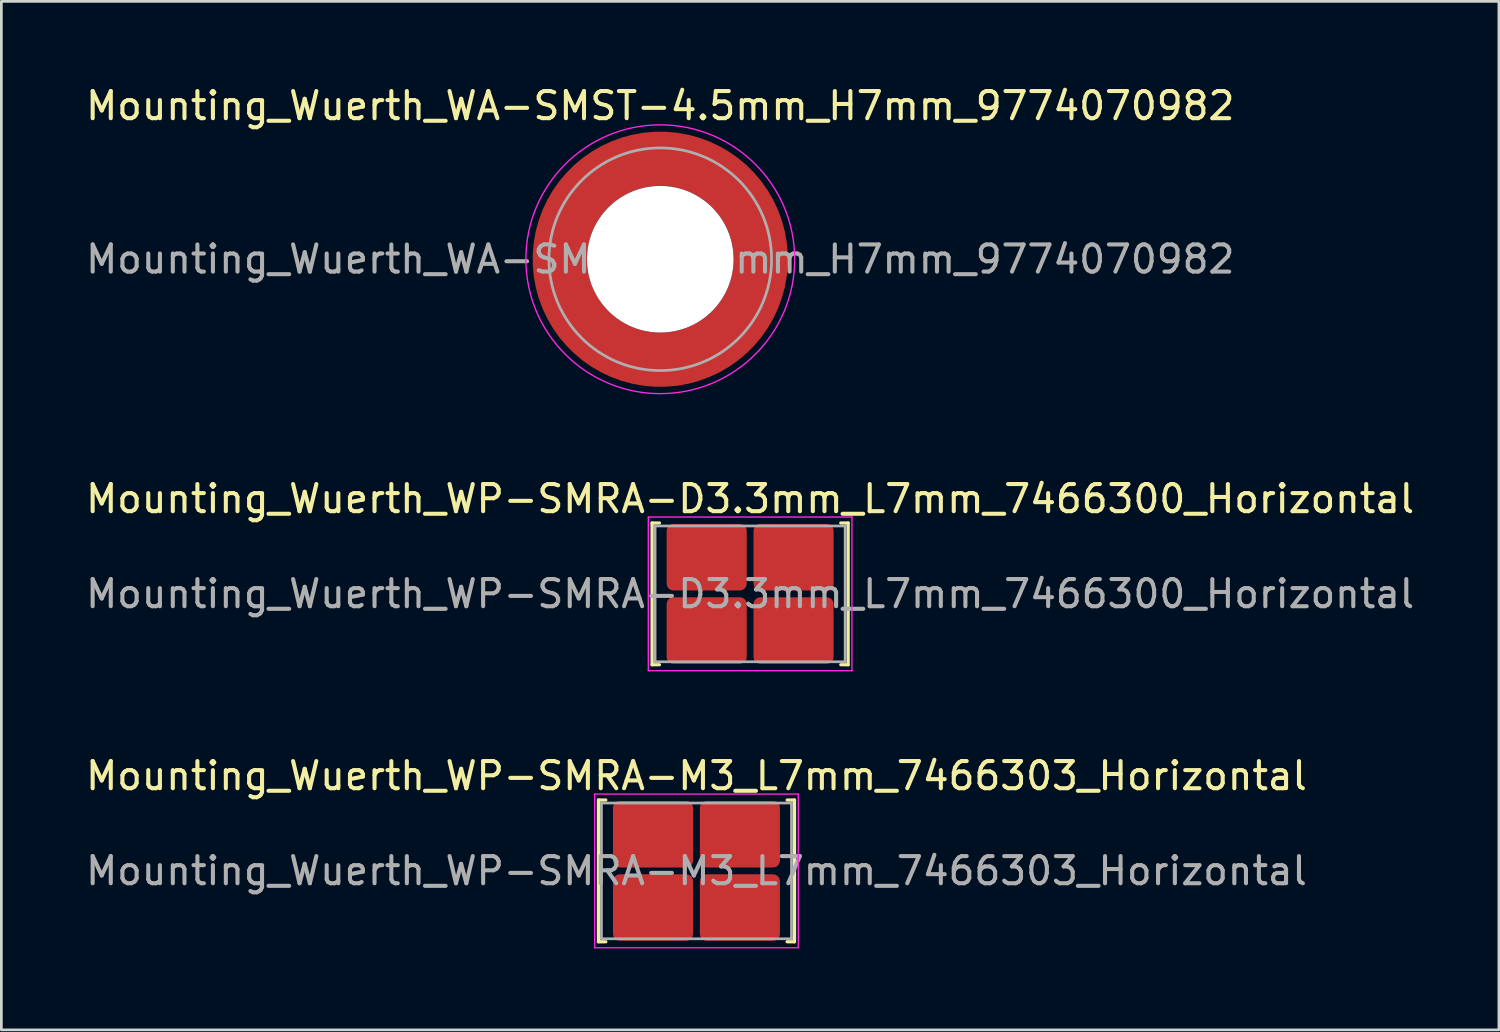
<source format=kicad_pcb>
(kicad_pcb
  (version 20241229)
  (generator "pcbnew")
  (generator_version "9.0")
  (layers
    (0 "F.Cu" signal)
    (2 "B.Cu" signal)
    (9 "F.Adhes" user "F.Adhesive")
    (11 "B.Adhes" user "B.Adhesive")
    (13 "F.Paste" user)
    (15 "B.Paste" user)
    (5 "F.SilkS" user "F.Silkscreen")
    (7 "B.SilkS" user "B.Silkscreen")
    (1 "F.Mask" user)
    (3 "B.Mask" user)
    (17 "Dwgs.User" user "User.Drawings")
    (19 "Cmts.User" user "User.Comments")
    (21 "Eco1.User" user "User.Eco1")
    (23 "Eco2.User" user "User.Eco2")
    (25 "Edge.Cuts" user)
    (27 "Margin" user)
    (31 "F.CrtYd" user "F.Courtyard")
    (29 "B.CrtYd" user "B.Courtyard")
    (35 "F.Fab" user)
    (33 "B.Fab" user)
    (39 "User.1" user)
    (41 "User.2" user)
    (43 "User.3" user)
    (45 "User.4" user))
  (footprint "Mounting_Wuerth_WP-SMRA-M3_L7mm_7466303_Horizontal"
    (layer "F.Cu")
    (at 22.601 29.025)
    (property "Reference" "Mounting_Wuerth_WP-SMRA-M3_L7mm_7466303_Horizontal" (at 0 -3.5 0) (layer "F.SilkS") (effects (font (size 1 1) (thickness 0.15))))
    (attr smd)
    (fp_line (start -3.61 -2.61) (end -3.61 2.61) (stroke (width 0.12) (type solid)) (layer "F.SilkS"))
    (fp_line (start -3.61 2.61) (end -3.34 2.61) (stroke (width 0.12) (type solid)) (layer "F.SilkS"))
    (fp_line (start -3.34 -2.61) (end -3.61 -2.61) (stroke (width 0.12) (type solid)) (layer "F.SilkS"))
    (fp_line (start 3.34 2.61) (end 3.61 2.61) (stroke (width 0.12) (type solid)) (layer "F.SilkS"))
    (fp_line (start 3.61 -2.61) (end 3.34 -2.61) (stroke (width 0.12) (type solid)) (layer "F.SilkS"))
    (fp_line (start 3.61 2.61) (end 3.61 -2.61) (stroke (width 0.12) (type solid)) (layer "F.SilkS"))
    (fp_line (start -3.75 -2.83) (end -3.75 2.83) (stroke (width 0.05) (type solid)) (layer "F.CrtYd"))
    (fp_line (start 3.75 -2.83) (end -3.75 -2.83) (stroke (width 0.05) (type solid)) (layer "F.CrtYd"))
    (fp_line (start 3.75 -2.83) (end 3.75 2.83) (stroke (width 0.05) (type solid)) (layer "F.CrtYd"))
    (fp_line (start 3.75 2.83) (end -3.75 2.83) (stroke (width 0.05) (type solid)) (layer "F.CrtYd"))
    (fp_line (start -3.5 -2.5) (end -3.5 2.5) (stroke (width 0.1) (type solid)) (layer "F.Fab"))
    (fp_line (start -3.5 2.5) (end 3.5 2.5) (stroke (width 0.1) (type solid)) (layer "F.Fab"))
    (fp_line (start 3.5 -2.5) (end -3.5 -2.5) (stroke (width 0.1) (type solid)) (layer "F.Fab"))
    (fp_line (start 3.5 2.5) (end 3.5 -2.5) (stroke (width 0.1) (type solid)) (layer "F.Fab"))
    (fp_text user "${REFERENCE}" (at 0 0 0) (layer "F.Fab") (effects (font (size 1 1) (thickness 0.15))))
    (pad "1" smd roundrect (at -1.6 -1.35) (size 2.95 2.45) (layers "F.Cu" "F.Mask" "F.Paste") (roundrect_rratio 0.102))
    (pad "1" smd roundrect (at -1.6 1.35) (size 2.95 2.45) (layers "F.Cu" "F.Mask" "F.Paste") (roundrect_rratio 0.102))
    (pad "1" smd roundrect (at 1.6 -1.35) (size 2.95 2.45) (layers "F.Cu" "F.Mask" "F.Paste") (roundrect_rratio 0.102))
    (pad "1" smd roundrect (at 1.6 1.35) (size 2.95 2.45) (layers "F.Cu" "F.Mask" "F.Paste") (roundrect_rratio 0.102)))
  (footprint "Mounting_Wuerth_WA-SMST-4.5mm_H7mm_9774070982"
    (layer "F.Cu")
    (at 21.268 6.498)
    (property "Reference" "Mounting_Wuerth_WA-SMST-4.5mm_H7mm_9774070982" (at 0 -5.65 0) (layer "F.SilkS") (effects (font (size 1 1) (thickness 0.15))))
    (attr smd allow_soldermask_bridges)
    (fp_circle (center 0 0) (end 4.95 0) (stroke (width 0.05) (type solid)) (fill no) (layer "F.CrtYd"))
    (fp_circle (center 0 0) (end 4.1 0) (stroke (width 0.1) (type solid)) (fill no) (layer "F.Fab"))
    (fp_text user "${REFERENCE}" (at 0 0 0) (layer "F.Fab") (effects (font (size 1 1) (thickness 0.15))))
    (pad "" smd custom (at -2.607 -2.607) (size 0.948 0.948) (layers "F.Paste") (options (anchor circle)) (primitives (gr_arc (start -0.188183 2.107456) (mid 0.599273 0.599273) (end 2.107456 -0.188183) (width 0.2)) (gr_arc (start -0.289416 2.107456) (mid 0.52877 0.52877) (end 2.107456 -0.289416) (width 0.2)) (gr_arc (start -0.390547 2.107456) (mid 0.458268 0.458268) (end 2.107456 -0.390547) (width 0.2)) (gr_arc (start -0.491585 2.107456) (mid 0.387765 0.387765) (end 2.107456 -0.491585) (width 0.2)) (gr_arc (start -0.59254 2.107456) (mid 0.317262 0.317262) (end 2.107456 -0.59254) (width 0.2)) (gr_arc (start -0.693419 2.107456) (mid 0.246759 0.246759) (end 2.107456 -0.693419) (width 0.2)) (gr_arc (start -0.794229 2.107456) (mid 0.176257 0.176257) (end 2.107456 -0.794229) (width 0.2)) (gr_arc (start -0.894975 2.107456) (mid 0.105754 0.105754) (end 2.107456 -0.894975) (width 0.2)) (gr_arc (start -0.995664 2.107456) (mid 0.035251 0.035251) (end 2.107456 -0.995664) (width 0.2)) (gr_arc (start -1.0963 2.107456) (mid -0.035251 -0.035251) (end 2.107456 -1.0963) (width 0.2)) (gr_arc (start -1.196886 2.107456) (mid -0.105754 -0.105754) (end 2.107456 -1.196886) (width 0.2)) (gr_arc (start -1.297427 2.107456) (mid -0.176257 -0.176257) (end 2.107456 -1.297427) (width 0.2)) (gr_arc (start -1.397927 2.107456) (mid -0.246759 -0.246759) (end 2.107456 -1.397927) (width 0.2)) (gr_arc (start -1.498388 2.107456) (mid -0.317262 -0.317262) (end 2.107456 -1.498388) (width 0.2)) (gr_arc (start -1.598813 2.107456) (mid -0.387765 -0.387765) (end 2.107456 -1.598813) (width 0.2)) (gr_arc (start -1.699204 2.107456) (mid -0.458268 -0.458268) (end 2.107456 -1.699204) (width 0.2)) (gr_arc (start -1.799565 2.107456) (mid -0.52877 -0.52877) (end 2.107456 -1.799565) (width 0.2)) (gr_arc (start -1.899896 2.107456) (mid -0.599273 -0.599273) (end 2.107456 -1.899896) (width 0.2)) (gr_arc (start -1.899896 2.107456) (mid -0.599273 -0.599273) (end 2.107456 -1.899896) (width 0.2)) (gr_line (start 2.107 -0.188) (end 2.107 -1.9) (width 0.2)) (gr_line (start -0.188 2.107) (end -1.9 2.107) (width 0.2))))
    (pad "" smd custom (at -2.607 2.607) (size 0.948 0.948) (layers "F.Paste") (options (anchor circle)) (primitives (gr_arc (start 2.107456 0.188183) (mid 0.599273 -0.599273) (end -0.188183 -2.107456) (width 0.2)) (gr_arc (start 2.107456 0.289416) (mid 0.52877 -0.52877) (end -0.289416 -2.107456) (width 0.2)) (gr_arc (start 2.107456 0.390547) (mid 0.458268 -0.458268) (end -0.390547 -2.107456) (width 0.2)) (gr_arc (start 2.107456 0.491585) (mid 0.387765 -0.387765) (end -0.491585 -2.107456) (width 0.2)) (gr_arc (start 2.107456 0.59254) (mid 0.317262 -0.317262) (end -0.59254 -2.107456) (width 0.2)) (gr_arc (start 2.107456 0.693419) (mid 0.246759 -0.246759) (end -0.693419 -2.107456) (width 0.2)) (gr_arc (start 2.107456 0.794229) (mid 0.176257 -0.176257) (end -0.794229 -2.107456) (width 0.2)) (gr_arc (start 2.107456 0.894975) (mid 0.105754 -0.105754) (end -0.894975 -2.107456) (width 0.2)) (gr_arc (start 2.107456 0.995664) (mid 0.035251 -0.035251) (end -0.995664 -2.107456) (width 0.2)) (gr_arc (start 2.107456 1.0963) (mid -0.035251 0.035251) (end -1.0963 -2.107456) (width 0.2)) (gr_arc (start 2.107456 1.196886) (mid -0.105754 0.105754) (end -1.196886 -2.107456) (width 0.2)) (gr_arc (start 2.107456 1.297427) (mid -0.176257 0.176257) (end -1.297427 -2.107456) (width 0.2)) (gr_arc (start 2.107456 1.397927) (mid -0.246759 0.246759) (end -1.397927 -2.107456) (width 0.2)) (gr_arc (start 2.107456 1.498388) (mid -0.317262 0.317262) (end -1.498388 -2.107456) (width 0.2)) (gr_arc (start 2.107456 1.598813) (mid -0.387765 0.387765) (end -1.598813 -2.107456) (width 0.2)) (gr_arc (start 2.107456 1.699204) (mid -0.458268 0.458268) (end -1.699204 -2.107456) (width 0.2)) (gr_arc (start 2.107456 1.799565) (mid -0.52877 0.52877) (end -1.799565 -2.107456) (width 0.2)) (gr_arc (start 2.107456 1.899896) (mid -0.599273 0.599273) (end -1.899896 -2.107456) (width 0.2)) (gr_arc (start 2.107456 1.899896) (mid -0.599273 0.599273) (end -1.899896 -2.107456) (width 0.2)) (gr_line (start -0.188 -2.107) (end -1.9 -2.107) (width 0.2)) (gr_line (start 2.107 0.188) (end 2.107 1.9) (width 0.2))))
    (pad "" np_thru_hole circle (at 0 0) (size 5.4 5.4) (drill 5.4) (layers "*.Cu" "*.Mask"))
    (pad "" smd custom (at 2.607 -2.607) (size 0.948 0.948) (layers "F.Paste") (options (anchor circle)) (primitives (gr_arc (start -2.107456 -0.188183) (mid -0.599273 0.599273) (end 0.188183 2.107456) (width 0.2)) (gr_arc (start -2.107456 -0.289416) (mid -0.52877 0.52877) (end 0.289416 2.107456) (width 0.2)) (gr_arc (start -2.107456 -0.390547) (mid -0.458268 0.458268) (end 0.390547 2.107456) (width 0.2)) (gr_arc (start -2.107456 -0.491585) (mid -0.387765 0.387765) (end 0.491585 2.107456) (width 0.2)) (gr_arc (start -2.107456 -0.59254) (mid -0.317262 0.317262) (end 0.59254 2.107456) (width 0.2)) (gr_arc (start -2.107456 -0.693419) (mid -0.246759 0.246759) (end 0.693419 2.107456) (width 0.2)) (gr_arc (start -2.107456 -0.794229) (mid -0.176257 0.176257) (end 0.794229 2.107456) (width 0.2)) (gr_arc (start -2.107456 -0.894975) (mid -0.105754 0.105754) (end 0.894975 2.107456) (width 0.2)) (gr_arc (start -2.107456 -0.995664) (mid -0.035251 0.035251) (end 0.995664 2.107456) (width 0.2)) (gr_arc (start -2.107456 -1.0963) (mid 0.035251 -0.035251) (end 1.0963 2.107456) (width 0.2)) (gr_arc (start -2.107456 -1.196886) (mid 0.105754 -0.105754) (end 1.196886 2.107456) (width 0.2)) (gr_arc (start -2.107456 -1.297427) (mid 0.176257 -0.176257) (end 1.297427 2.107456) (width 0.2)) (gr_arc (start -2.107456 -1.397927) (mid 0.246759 -0.246759) (end 1.397927 2.107456) (width 0.2)) (gr_arc (start -2.107456 -1.498388) (mid 0.317262 -0.317262) (end 1.498388 2.107456) (width 0.2)) (gr_arc (start -2.107456 -1.598813) (mid 0.387765 -0.387765) (end 1.598813 2.107456) (width 0.2)) (gr_arc (start -2.107456 -1.699204) (mid 0.458268 -0.458268) (end 1.699204 2.107456) (width 0.2)) (gr_arc (start -2.107456 -1.799565) (mid 0.52877 -0.52877) (end 1.799565 2.107456) (width 0.2)) (gr_arc (start -2.107456 -1.899896) (mid 0.599273 -0.599273) (end 1.899896 2.107456) (width 0.2)) (gr_arc (start -2.107456 -1.899896) (mid 0.599273 -0.599273) (end 1.899896 2.107456) (width 0.2)) (gr_line (start 0.188 2.107) (end 1.9 2.107) (width 0.2)) (gr_line (start -2.107 -0.188) (end -2.107 -1.9) (width 0.2))))
    (pad "" smd custom (at 2.607 2.607) (size 0.948 0.948) (layers "F.Paste") (options (anchor circle)) (primitives (gr_arc (start 0.188183 -2.107456) (mid -0.599273 -0.599273) (end -2.107456 0.188183) (width 0.2)) (gr_arc (start 0.289416 -2.107456) (mid -0.52877 -0.52877) (end -2.107456 0.289416) (width 0.2)) (gr_arc (start 0.390547 -2.107456) (mid -0.458268 -0.458268) (end -2.107456 0.390547) (width 0.2)) (gr_arc (start 0.491585 -2.107456) (mid -0.387765 -0.387765) (end -2.107456 0.491585) (width 0.2)) (gr_arc (start 0.59254 -2.107456) (mid -0.317262 -0.317262) (end -2.107456 0.59254) (width 0.2)) (gr_arc (start 0.693419 -2.107456) (mid -0.246759 -0.246759) (end -2.107456 0.693419) (width 0.2)) (gr_arc (start 0.794229 -2.107456) (mid -0.176257 -0.176257) (end -2.107456 0.794229) (width 0.2)) (gr_arc (start 0.894975 -2.107456) (mid -0.105754 -0.105754) (end -2.107456 0.894975) (width 0.2)) (gr_arc (start 0.995664 -2.107456) (mid -0.035251 -0.035251) (end -2.107456 0.995664) (width 0.2)) (gr_arc (start 1.0963 -2.107456) (mid 0.035251 0.035251) (end -2.107456 1.0963) (width 0.2)) (gr_arc (start 1.196886 -2.107456) (mid 0.105754 0.105754) (end -2.107456 1.196886) (width 0.2)) (gr_arc (start 1.297427 -2.107456) (mid 0.176257 0.176257) (end -2.107456 1.297427) (width 0.2)) (gr_arc (start 1.397927 -2.107456) (mid 0.246759 0.246759) (end -2.107456 1.397927) (width 0.2)) (gr_arc (start 1.498388 -2.107456) (mid 0.317262 0.317262) (end -2.107456 1.498388) (width 0.2)) (gr_arc (start 1.598813 -2.107456) (mid 0.387765 0.387765) (end -2.107456 1.598813) (width 0.2)) (gr_arc (start 1.699204 -2.107456) (mid 0.458268 0.458268) (end -2.107456 1.699204) (width 0.2)) (gr_arc (start 1.799565 -2.107456) (mid 0.52877 0.52877) (end -2.107456 1.799565) (width 0.2)) (gr_arc (start 1.899896 -2.107456) (mid 0.599273 0.599273) (end -2.107456 1.899896) (width 0.2)) (gr_arc (start 1.899896 -2.107456) (mid 0.599273 0.599273) (end -2.107456 1.899896) (width 0.2)) (gr_line (start -2.107 0.188) (end -2.107 1.9) (width 0.2)) (gr_line (start 0.188 -2.107) (end 1.9 -2.107) (width 0.2))))
    (pad "1" smd circle (at -3.7 0) (size 1.492 1.492) (layers "F.Cu"))
    (pad "1" smd circle (at 0 -3.7) (size 1.492 1.492) (layers "F.Cu"))
    (pad "1" smd circle (at 0 3.7) (size 1.492 1.492) (layers "F.Cu"))
    (pad "1" smd custom (at 3.7 0) (size 2 2) (layers "F.Cu" "F.Mask") (options (anchor circle)) (primitives (gr_circle (center -3.7 0) (end 0 0) (width 2) (fill no)))))
  (footprint "Mounting_Wuerth_WP-SMRA-D3.3mm_L7mm_7466300_Horizontal"
    (layer "F.Cu")
    (at 24.577 18.822)
    (property "Reference" "Mounting_Wuerth_WP-SMRA-D3.3mm_L7mm_7466300_Horizontal" (at 0 -3.5 0) (layer "F.SilkS") (effects (font (size 1 1) (thickness 0.15))))
    (attr smd)
    (fp_line (start -3.61 -2.61) (end -3.61 2.61) (stroke (width 0.12) (type solid)) (layer "F.SilkS"))
    (fp_line (start -3.61 2.61) (end -3.34 2.61) (stroke (width 0.12) (type solid)) (layer "F.SilkS"))
    (fp_line (start -3.34 -2.61) (end -3.61 -2.61) (stroke (width 0.12) (type solid)) (layer "F.SilkS"))
    (fp_line (start 3.34 2.61) (end 3.61 2.61) (stroke (width 0.12) (type solid)) (layer "F.SilkS"))
    (fp_line (start 3.61 -2.61) (end 3.34 -2.61) (stroke (width 0.12) (type solid)) (layer "F.SilkS"))
    (fp_line (start 3.61 2.61) (end 3.61 -2.61) (stroke (width 0.12) (type solid)) (layer "F.SilkS"))
    (fp_line (start -3.75 -2.83) (end -3.75 2.83) (stroke (width 0.05) (type solid)) (layer "F.CrtYd"))
    (fp_line (start 3.75 -2.83) (end -3.75 -2.83) (stroke (width 0.05) (type solid)) (layer "F.CrtYd"))
    (fp_line (start 3.75 -2.83) (end 3.75 2.83) (stroke (width 0.05) (type solid)) (layer "F.CrtYd"))
    (fp_line (start 3.75 2.83) (end -3.75 2.83) (stroke (width 0.05) (type solid)) (layer "F.CrtYd"))
    (fp_line (start -3.5 -2.5) (end -3.5 2.5) (stroke (width 0.1) (type solid)) (layer "F.Fab"))
    (fp_line (start -3.5 2.5) (end 3.5 2.5) (stroke (width 0.1) (type solid)) (layer "F.Fab"))
    (fp_line (start 3.5 -2.5) (end -3.5 -2.5) (stroke (width 0.1) (type solid)) (layer "F.Fab"))
    (fp_line (start 3.5 2.5) (end 3.5 -2.5) (stroke (width 0.1) (type solid)) (layer "F.Fab"))
    (fp_text user "${REFERENCE}" (at 0 0 0) (layer "F.Fab") (effects (font (size 1 1) (thickness 0.15))))
    (pad "1" smd roundrect (at -1.6 -1.35) (size 2.95 2.45) (layers "F.Cu" "F.Mask" "F.Paste") (roundrect_rratio 0.102))
    (pad "1" smd roundrect (at -1.6 1.35) (size 2.95 2.45) (layers "F.Cu" "F.Mask" "F.Paste") (roundrect_rratio 0.102))
    (pad "1" smd roundrect (at 1.6 -1.35) (size 2.95 2.45) (layers "F.Cu" "F.Mask" "F.Paste") (roundrect_rratio 0.102))
    (pad "1" smd roundrect (at 1.6 1.35) (size 2.95 2.45) (layers "F.Cu" "F.Mask" "F.Paste") (roundrect_rratio 0.102)))
  (gr_rect
    (start -3 -3)
    (end 52.155 34.88)
    (stroke (width 0.1) (type default))
    (fill no)
    (layer "Edge.Cuts")))
</source>
